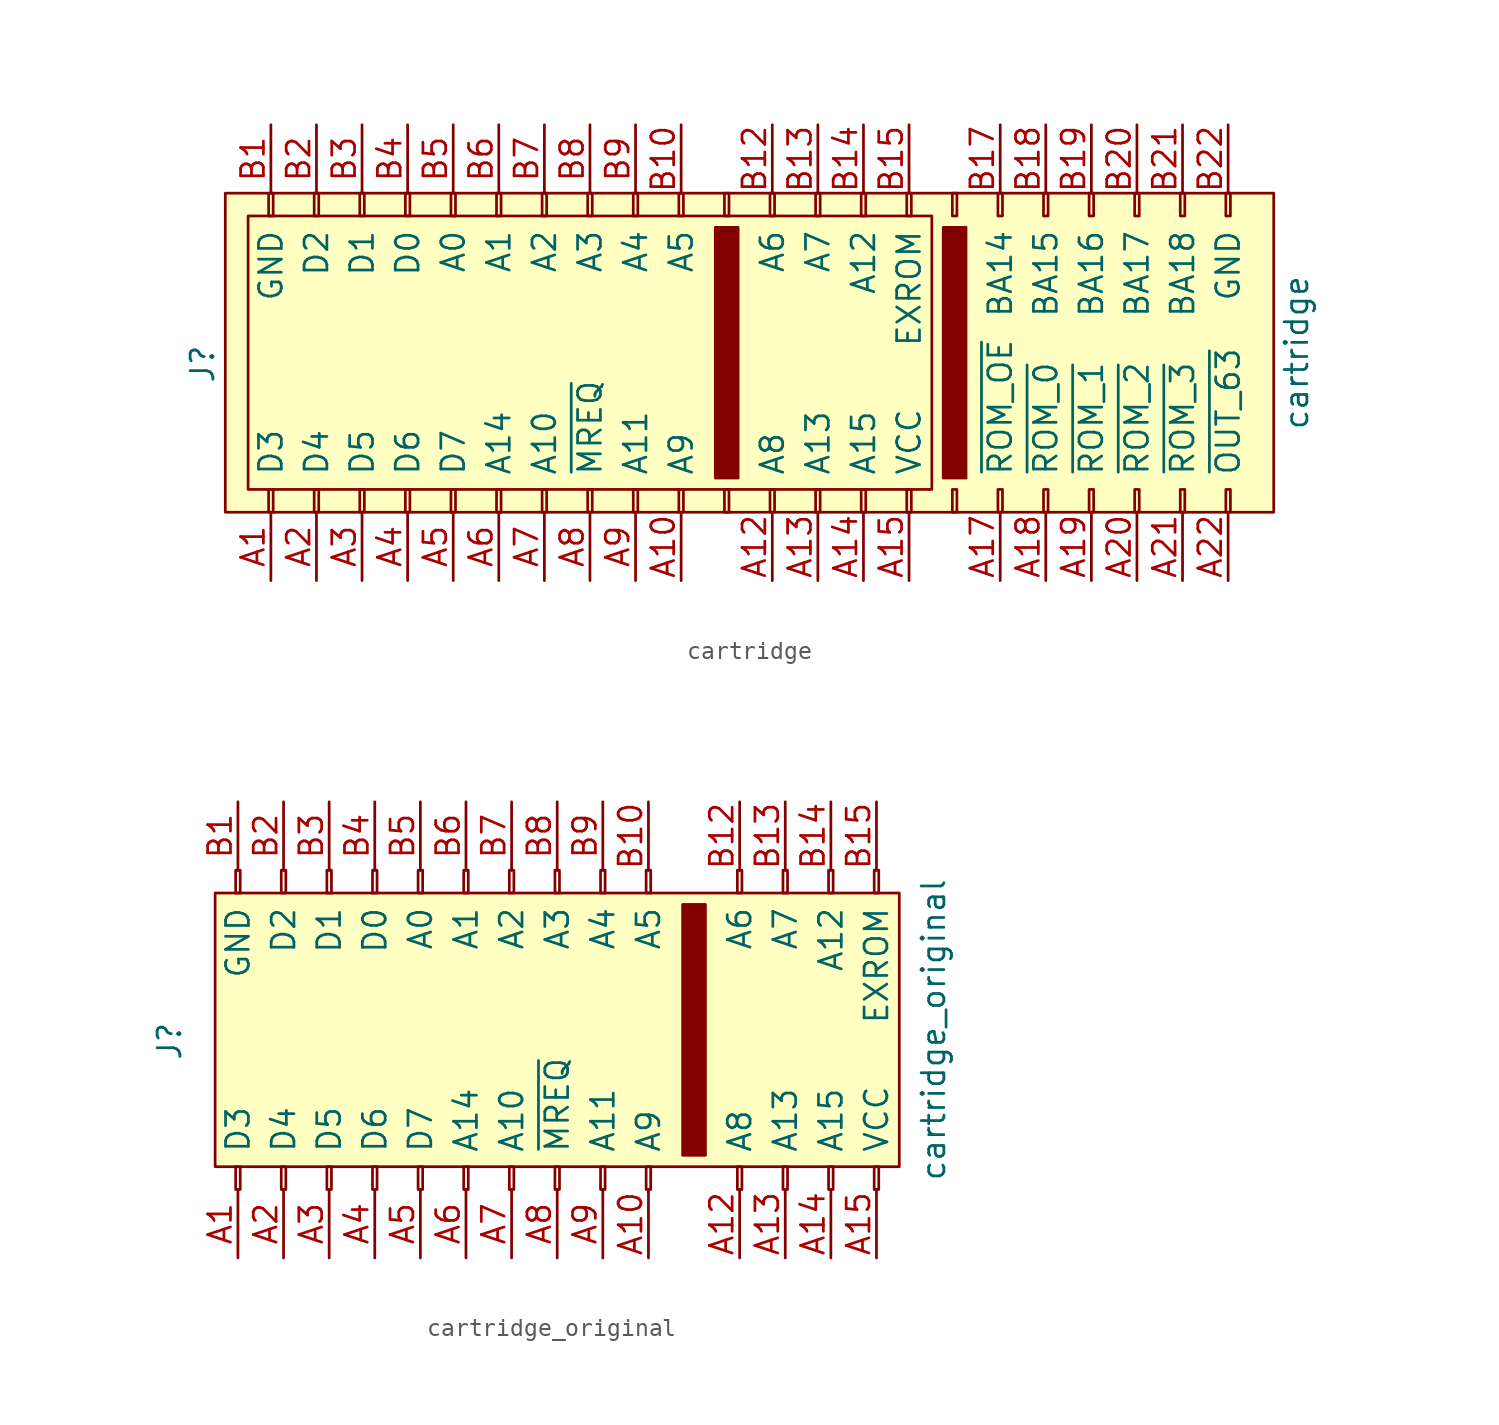
<source format=kicad_sym>
(kicad_symbol_lib
  (version 20220914)
  (generator kicad_symbol_editor)
  (symbol "cartridge"
    (pin_names
      (offset 2.007))
    (property "Reference" "J"
      (at -30.48 -0.635 90)
      (effects (font (size 1.27 1.27))))
    (property "Value" "cartridge"
      (at 30.48 0 90)
      (effects (font (size 1.27 1.27))))
    (symbol "cartridge_0_1"
      (rectangle (start -29.21 8.89) (end 29.21 -8.89) (stroke (width 0) (type default)) (fill (type background)))
      (rectangle (start -27.94 7.62) (end 10.16 -7.62) (stroke (width 0) (type default)) (fill (type none)))
      (rectangle (start -1.905 -6.985) (end -0.635 6.985) (stroke (width 0) (type default)) (fill (type outline)))
      (rectangle (start 10.795 6.985) (end 12.065 -6.985) (stroke (width 0) (type default)) (fill (type outline))))
    (symbol "cartridge_1_1"
      (rectangle (start -26.797 -8.89) (end -26.543 -7.62) (stroke (width 0.152) (type default)) (fill (type none)))
      (rectangle (start -26.797 8.89) (end -26.543 7.62) (stroke (width 0.152) (type default)) (fill (type none)))
      (rectangle (start -24.257 -8.89) (end -24.003 -7.62) (stroke (width 0.152) (type default)) (fill (type none)))
      (rectangle (start -24.257 8.89) (end -24.003 7.62) (stroke (width 0.152) (type default)) (fill (type none)))
      (rectangle (start -21.717 -8.89) (end -21.463 -7.62) (stroke (width 0.152) (type default)) (fill (type none)))
      (rectangle (start -21.717 8.89) (end -21.463 7.62) (stroke (width 0.152) (type default)) (fill (type none)))
      (rectangle (start -19.177 -8.89) (end -18.923 -7.62) (stroke (width 0.152) (type default)) (fill (type none)))
      (rectangle (start -19.177 8.89) (end -18.923 7.62) (stroke (width 0.152) (type default)) (fill (type none)))
      (rectangle (start -16.637 -8.89) (end -16.383 -7.62) (stroke (width 0.152) (type default)) (fill (type none)))
      (rectangle (start -16.637 8.89) (end -16.383 7.62) (stroke (width 0.152) (type default)) (fill (type none)))
      (rectangle (start -14.097 -8.89) (end -13.843 -7.62) (stroke (width 0.152) (type default)) (fill (type none)))
      (rectangle (start -14.097 8.89) (end -13.843 7.62) (stroke (width 0.152) (type default)) (fill (type none)))
      (rectangle (start -11.557 -8.89) (end -11.303 -7.62) (stroke (width 0.152) (type default)) (fill (type none)))
      (rectangle (start -11.557 8.89) (end -11.303 7.62) (stroke (width 0.152) (type default)) (fill (type none)))
      (rectangle (start -9.017 -8.89) (end -8.763 -7.62) (stroke (width 0.152) (type default)) (fill (type none)))
      (rectangle (start -9.017 8.89) (end -8.763 7.62) (stroke (width 0.152) (type default)) (fill (type none)))
      (rectangle (start -6.477 -8.89) (end -6.223 -7.62) (stroke (width 0.152) (type default)) (fill (type none)))
      (rectangle (start -6.477 8.89) (end -6.223 7.62) (stroke (width 0.152) (type default)) (fill (type none)))
      (rectangle (start -3.937 -8.89) (end -3.683 -7.62) (stroke (width 0.152) (type default)) (fill (type none)))
      (rectangle (start -3.937 8.89) (end -3.683 7.62) (stroke (width 0.152) (type default)) (fill (type none)))
      (rectangle (start -1.397 -8.89) (end -1.143 -7.62) (stroke (width 0.152) (type default)) (fill (type none)))
      (rectangle (start -1.397 8.89) (end -1.143 7.62) (stroke (width 0.152) (type default)) (fill (type none)))
      (rectangle (start 1.143 -8.89) (end 1.397 -7.62) (stroke (width 0.152) (type default)) (fill (type none)))
      (rectangle (start 1.143 8.89) (end 1.397 7.62) (stroke (width 0.152) (type default)) (fill (type none)))
      (rectangle (start 3.683 -8.89) (end 3.937 -7.62) (stroke (width 0.152) (type default)) (fill (type none)))
      (rectangle (start 3.683 8.89) (end 3.937 7.62) (stroke (width 0.152) (type default)) (fill (type none)))
      (rectangle (start 6.223 -8.89) (end 6.477 -7.62) (stroke (width 0.152) (type default)) (fill (type none)))
      (rectangle (start 6.223 8.89) (end 6.477 7.62) (stroke (width 0.152) (type default)) (fill (type none)))
      (rectangle (start 8.763 -8.89) (end 9.017 -7.62) (stroke (width 0.152) (type default)) (fill (type none)))
      (rectangle (start 8.763 8.89) (end 9.017 7.62) (stroke (width 0.152) (type default)) (fill (type none)))
      (rectangle (start 11.303 -8.89) (end 11.557 -7.62) (stroke (width 0.152) (type default)) (fill (type none)))
      (rectangle (start 11.303 8.89) (end 11.557 7.62) (stroke (width 0.152) (type default)) (fill (type none)))
      (rectangle (start 13.843 -8.89) (end 14.097 -7.62) (stroke (width 0.152) (type default)) (fill (type none)))
      (rectangle (start 13.843 8.89) (end 14.097 7.62) (stroke (width 0.152) (type default)) (fill (type none)))
      (rectangle (start 16.383 -8.89) (end 16.637 -7.62) (stroke (width 0.152) (type default)) (fill (type none)))
      (rectangle (start 16.383 8.89) (end 16.637 7.62) (stroke (width 0.152) (type default)) (fill (type none)))
      (rectangle (start 18.923 -8.89) (end 19.177 -7.62) (stroke (width 0.152) (type default)) (fill (type none)))
      (rectangle (start 18.923 8.89) (end 19.177 7.62) (stroke (width 0.152) (type default)) (fill (type none)))
      (rectangle (start 21.463 -8.89) (end 21.717 -7.62) (stroke (width 0.152) (type default)) (fill (type none)))
      (rectangle (start 21.463 8.89) (end 21.717 7.62) (stroke (width 0.152) (type default)) (fill (type none)))
      (rectangle (start 24.003 -8.89) (end 24.257 -7.62) (stroke (width 0.152) (type default)) (fill (type none)))
      (rectangle (start 24.003 8.89) (end 24.257 7.62) (stroke (width 0.152) (type default)) (fill (type none)))
      (rectangle (start 26.543 -8.89) (end 26.797 -7.62) (stroke (width 0.152) (type default)) (fill (type none)))
      (rectangle (start 26.543 8.89) (end 26.797 7.62) (stroke (width 0.152) (type default)) (fill (type none)))
      (pin bidirectional line (at -26.67 -12.7 90) (length 3.81) (name "D3" (effects (font (size 1.27 1.27)))) (number "A1" (effects (font (size 1.27 1.27)))))
      (pin output line (at -3.81 -12.7 90) (length 3.81) (name "A9" (effects (font (size 1.27 1.27)))) (number "A10" (effects (font (size 1.27 1.27)))))
      (pin output line (at 1.27 -12.7 90) (length 3.81) (name "A8" (effects (font (size 1.27 1.27)))) (number "A12" (effects (font (size 1.27 1.27)))))
      (pin output line (at 3.81 -12.7 90) (length 3.81) (name "A13" (effects (font (size 1.27 1.27)))) (number "A13" (effects (font (size 1.27 1.27)))))
      (pin output line (at 6.35 -12.7 90) (length 3.81) (name "A15" (effects (font (size 1.27 1.27)))) (number "A14" (effects (font (size 1.27 1.27)))))
      (pin power_out line (at 8.89 -12.7 90) (length 3.81) (name "VCC" (effects (font (size 1.27 1.27)))) (number "A15" (effects (font (size 1.27 1.27)))))
      (pin output line (at 13.97 -12.7 90) (length 3.81) (name "~{ROM_OE}" (effects (font (size 1.27 1.27)))) (number "A17" (effects (font (size 1.27 1.27)))))
      (pin output line (at 16.51 -12.7 90) (length 3.81) (name "~{ROM_0}" (effects (font (size 1.27 1.27)))) (number "A18" (effects (font (size 1.27 1.27)))))
      (pin output line (at 19.05 -12.7 90) (length 3.81) (name "~{ROM_1}" (effects (font (size 1.27 1.27)))) (number "A19" (effects (font (size 1.27 1.27)))))
      (pin bidirectional line (at -24.13 -12.7 90) (length 3.81) (name "D4" (effects (font (size 1.27 1.27)))) (number "A2" (effects (font (size 1.27 1.27)))))
      (pin output line (at 21.59 -12.7 90) (length 3.81) (name "~{ROM_2}" (effects (font (size 1.27 1.27)))) (number "A20" (effects (font (size 1.27 1.27)))))
      (pin output line (at 24.13 -12.7 90) (length 3.81) (name "~{ROM_3}" (effects (font (size 1.27 1.27)))) (number "A21" (effects (font (size 1.27 1.27)))))
      (pin output line (at 26.67 -12.7 90) (length 3.81) (name "~{OUT_63}" (effects (font (size 1.27 1.27)))) (number "A22" (effects (font (size 1.27 1.27)))))
      (pin bidirectional line (at -21.59 -12.7 90) (length 3.81) (name "D5" (effects (font (size 1.27 1.27)))) (number "A3" (effects (font (size 1.27 1.27)))))
      (pin bidirectional line (at -19.05 -12.7 90) (length 3.81) (name "D6" (effects (font (size 1.27 1.27)))) (number "A4" (effects (font (size 1.27 1.27)))))
      (pin bidirectional line (at -16.51 -12.7 90) (length 3.81) (name "D7" (effects (font (size 1.27 1.27)))) (number "A5" (effects (font (size 1.27 1.27)))))
      (pin output line (at -13.97 -12.7 90) (length 3.81) (name "A14" (effects (font (size 1.27 1.27)))) (number "A6" (effects (font (size 1.27 1.27)))))
      (pin output line (at -11.43 -12.7 90) (length 3.81) (name "A10" (effects (font (size 1.27 1.27)))) (number "A7" (effects (font (size 1.27 1.27)))))
      (pin output line (at -8.89 -12.7 90) (length 3.81) (name "~{MREQ}" (effects (font (size 1.27 1.27)))) (number "A8" (effects (font (size 1.27 1.27)))))
      (pin output line (at -6.35 -12.7 90) (length 3.81) (name "A11" (effects (font (size 1.27 1.27)))) (number "A9" (effects (font (size 1.27 1.27)))))
      (pin power_out line (at -26.67 12.7 270) (length 3.81) (name "GND" (effects (font (size 1.27 1.27)))) (number "B1" (effects (font (size 1.27 1.27)))))
      (pin output line (at -3.81 12.7 270) (length 3.81) (name "A5" (effects (font (size 1.27 1.27)))) (number "B10" (effects (font (size 1.27 1.27)))))
      (pin output line (at 1.27 12.7 270) (length 3.81) (name "A6" (effects (font (size 1.27 1.27)))) (number "B12" (effects (font (size 1.27 1.27)))))
      (pin output line (at 3.81 12.7 270) (length 3.81) (name "A7" (effects (font (size 1.27 1.27)))) (number "B13" (effects (font (size 1.27 1.27)))))
      (pin output line (at 6.35 12.7 270) (length 3.81) (name "A12" (effects (font (size 1.27 1.27)))) (number "B14" (effects (font (size 1.27 1.27)))))
      (pin input line (at 8.89 12.7 270) (length 3.81) (name "EXROM" (effects (font (size 1.27 1.27)))) (number "B15" (effects (font (size 1.27 1.27)))))
      (pin output line (at 13.97 12.7 270) (length 3.81) (name "BA14" (effects (font (size 1.27 1.27)))) (number "B17" (effects (font (size 1.27 1.27)))))
      (pin output line (at 16.51 12.7 270) (length 3.81) (name "BA15" (effects (font (size 1.27 1.27)))) (number "B18" (effects (font (size 1.27 1.27)))))
      (pin output line (at 19.05 12.7 270) (length 3.81) (name "BA16" (effects (font (size 1.27 1.27)))) (number "B19" (effects (font (size 1.27 1.27)))))
      (pin bidirectional line (at -24.13 12.7 270) (length 3.81) (name "D2" (effects (font (size 1.27 1.27)))) (number "B2" (effects (font (size 1.27 1.27)))))
      (pin output line (at 21.59 12.7 270) (length 3.81) (name "BA17" (effects (font (size 1.27 1.27)))) (number "B20" (effects (font (size 1.27 1.27)))))
      (pin output line (at 24.13 12.7 270) (length 3.81) (name "BA18" (effects (font (size 1.27 1.27)))) (number "B21" (effects (font (size 1.27 1.27)))))
      (pin passive line (at 26.67 12.7 270) (length 3.81) (name "GND" (effects (font (size 1.27 1.27)))) (number "B22" (effects (font (size 1.27 1.27)))))
      (pin bidirectional line (at -21.59 12.7 270) (length 3.81) (name "D1" (effects (font (size 1.27 1.27)))) (number "B3" (effects (font (size 1.27 1.27)))))
      (pin bidirectional line (at -19.05 12.7 270) (length 3.81) (name "D0" (effects (font (size 1.27 1.27)))) (number "B4" (effects (font (size 1.27 1.27)))))
      (pin output line (at -16.51 12.7 270) (length 3.81) (name "A0" (effects (font (size 1.27 1.27)))) (number "B5" (effects (font (size 1.27 1.27)))))
      (pin output line (at -13.97 12.7 270) (length 3.81) (name "A1" (effects (font (size 1.27 1.27)))) (number "B6" (effects (font (size 1.27 1.27)))))
      (pin output line (at -11.43 12.7 270) (length 3.81) (name "A2" (effects (font (size 1.27 1.27)))) (number "B7" (effects (font (size 1.27 1.27)))))
      (pin output line (at -8.89 12.7 270) (length 3.81) (name "A3" (effects (font (size 1.27 1.27)))) (number "B8" (effects (font (size 1.27 1.27)))))
      (pin output line (at -6.35 12.7 270) (length 3.81) (name "A4" (effects (font (size 1.27 1.27)))) (number "B9" (effects (font (size 1.27 1.27)))))))
  (symbol "cartridge_original"
    (pin_names
      (offset 2.007))
    (property "Reference" "J"
      (at -30.48 -0.635 90)
      (effects (font (size 1.27 1.27))))
    (property "Value" "cartridge_original"
      (at 12.065 0 90)
      (effects (font (size 1.27 1.27))))
    (symbol "cartridge_original_0_1"
      (rectangle (start -27.94 7.62) (end 10.16 -7.62) (stroke (width 0) (type default)) (fill (type background)))
      (rectangle (start -1.905 -6.985) (end -0.635 6.985) (stroke (width 0) (type default)) (fill (type outline))))
    (symbol "cartridge_original_1_1"
      (rectangle (start -26.797 -8.89) (end -26.543 -7.62) (stroke (width 0.152) (type default)) (fill (type none)))
      (rectangle (start -26.797 8.89) (end -26.543 7.62) (stroke (width 0.152) (type default)) (fill (type none)))
      (rectangle (start -24.257 -8.89) (end -24.003 -7.62) (stroke (width 0.152) (type default)) (fill (type none)))
      (rectangle (start -24.257 8.89) (end -24.003 7.62) (stroke (width 0.152) (type default)) (fill (type none)))
      (rectangle (start -21.717 -8.89) (end -21.463 -7.62) (stroke (width 0.152) (type default)) (fill (type none)))
      (rectangle (start -21.717 8.89) (end -21.463 7.62) (stroke (width 0.152) (type default)) (fill (type none)))
      (rectangle (start -19.177 -8.89) (end -18.923 -7.62) (stroke (width 0.152) (type default)) (fill (type none)))
      (rectangle (start -19.177 8.89) (end -18.923 7.62) (stroke (width 0.152) (type default)) (fill (type none)))
      (rectangle (start -16.637 -8.89) (end -16.383 -7.62) (stroke (width 0.152) (type default)) (fill (type none)))
      (rectangle (start -16.637 8.89) (end -16.383 7.62) (stroke (width 0.152) (type default)) (fill (type none)))
      (rectangle (start -14.097 -8.89) (end -13.843 -7.62) (stroke (width 0.152) (type default)) (fill (type none)))
      (rectangle (start -14.097 8.89) (end -13.843 7.62) (stroke (width 0.152) (type default)) (fill (type none)))
      (rectangle (start -11.557 -8.89) (end -11.303 -7.62) (stroke (width 0.152) (type default)) (fill (type none)))
      (rectangle (start -11.557 8.89) (end -11.303 7.62) (stroke (width 0.152) (type default)) (fill (type none)))
      (rectangle (start -9.017 -8.89) (end -8.763 -7.62) (stroke (width 0.152) (type default)) (fill (type none)))
      (rectangle (start -9.017 8.89) (end -8.763 7.62) (stroke (width 0.152) (type default)) (fill (type none)))
      (rectangle (start -6.477 -8.89) (end -6.223 -7.62) (stroke (width 0.152) (type default)) (fill (type none)))
      (rectangle (start -6.477 8.89) (end -6.223 7.62) (stroke (width 0.152) (type default)) (fill (type none)))
      (rectangle (start -3.937 -8.89) (end -3.683 -7.62) (stroke (width 0.152) (type default)) (fill (type none)))
      (rectangle (start -3.937 8.89) (end -3.683 7.62) (stroke (width 0.152) (type default)) (fill (type none)))
      (rectangle (start 1.143 -8.89) (end 1.397 -7.62) (stroke (width 0.152) (type default)) (fill (type none)))
      (rectangle (start 1.143 8.89) (end 1.397 7.62) (stroke (width 0.152) (type default)) (fill (type none)))
      (rectangle (start 3.683 -8.89) (end 3.937 -7.62) (stroke (width 0.152) (type default)) (fill (type none)))
      (rectangle (start 3.683 8.89) (end 3.937 7.62) (stroke (width 0.152) (type default)) (fill (type none)))
      (rectangle (start 6.223 -8.89) (end 6.477 -7.62) (stroke (width 0.152) (type default)) (fill (type none)))
      (rectangle (start 6.223 8.89) (end 6.477 7.62) (stroke (width 0.152) (type default)) (fill (type none)))
      (rectangle (start 8.763 -8.89) (end 9.017 -7.62) (stroke (width 0.152) (type default)) (fill (type none)))
      (rectangle (start 8.763 8.89) (end 9.017 7.62) (stroke (width 0.152) (type default)) (fill (type none)))
      (pin bidirectional line (at -26.67 -12.7 90) (length 3.81) (name "D3" (effects (font (size 1.27 1.27)))) (number "A1" (effects (font (size 1.27 1.27)))))
      (pin output line (at -3.81 -12.7 90) (length 3.81) (name "A9" (effects (font (size 1.27 1.27)))) (number "A10" (effects (font (size 1.27 1.27)))))
      (pin output line (at 1.27 -12.7 90) (length 3.81) (name "A8" (effects (font (size 1.27 1.27)))) (number "A12" (effects (font (size 1.27 1.27)))))
      (pin output line (at 3.81 -12.7 90) (length 3.81) (name "A13" (effects (font (size 1.27 1.27)))) (number "A13" (effects (font (size 1.27 1.27)))))
      (pin output line (at 6.35 -12.7 90) (length 3.81) (name "A15" (effects (font (size 1.27 1.27)))) (number "A14" (effects (font (size 1.27 1.27)))))
      (pin power_out line (at 8.89 -12.7 90) (length 3.81) (name "VCC" (effects (font (size 1.27 1.27)))) (number "A15" (effects (font (size 1.27 1.27)))))
      (pin bidirectional line (at -24.13 -12.7 90) (length 3.81) (name "D4" (effects (font (size 1.27 1.27)))) (number "A2" (effects (font (size 1.27 1.27)))))
      (pin bidirectional line (at -21.59 -12.7 90) (length 3.81) (name "D5" (effects (font (size 1.27 1.27)))) (number "A3" (effects (font (size 1.27 1.27)))))
      (pin bidirectional line (at -19.05 -12.7 90) (length 3.81) (name "D6" (effects (font (size 1.27 1.27)))) (number "A4" (effects (font (size 1.27 1.27)))))
      (pin bidirectional line (at -16.51 -12.7 90) (length 3.81) (name "D7" (effects (font (size 1.27 1.27)))) (number "A5" (effects (font (size 1.27 1.27)))))
      (pin output line (at -13.97 -12.7 90) (length 3.81) (name "A14" (effects (font (size 1.27 1.27)))) (number "A6" (effects (font (size 1.27 1.27)))))
      (pin output line (at -11.43 -12.7 90) (length 3.81) (name "A10" (effects (font (size 1.27 1.27)))) (number "A7" (effects (font (size 1.27 1.27)))))
      (pin output line (at -8.89 -12.7 90) (length 3.81) (name "~{MREQ}" (effects (font (size 1.27 1.27)))) (number "A8" (effects (font (size 1.27 1.27)))))
      (pin output line (at -6.35 -12.7 90) (length 3.81) (name "A11" (effects (font (size 1.27 1.27)))) (number "A9" (effects (font (size 1.27 1.27)))))
      (pin power_out line (at -26.67 12.7 270) (length 3.81) (name "GND" (effects (font (size 1.27 1.27)))) (number "B1" (effects (font (size 1.27 1.27)))))
      (pin output line (at -3.81 12.7 270) (length 3.81) (name "A5" (effects (font (size 1.27 1.27)))) (number "B10" (effects (font (size 1.27 1.27)))))
      (pin output line (at 1.27 12.7 270) (length 3.81) (name "A6" (effects (font (size 1.27 1.27)))) (number "B12" (effects (font (size 1.27 1.27)))))
      (pin output line (at 3.81 12.7 270) (length 3.81) (name "A7" (effects (font (size 1.27 1.27)))) (number "B13" (effects (font (size 1.27 1.27)))))
      (pin output line (at 6.35 12.7 270) (length 3.81) (name "A12" (effects (font (size 1.27 1.27)))) (number "B14" (effects (font (size 1.27 1.27)))))
      (pin input line (at 8.89 12.7 270) (length 3.81) (name "EXROM" (effects (font (size 1.27 1.27)))) (number "B15" (effects (font (size 1.27 1.27)))))
      (pin bidirectional line (at -24.13 12.7 270) (length 3.81) (name "D2" (effects (font (size 1.27 1.27)))) (number "B2" (effects (font (size 1.27 1.27)))))
      (pin bidirectional line (at -21.59 12.7 270) (length 3.81) (name "D1" (effects (font (size 1.27 1.27)))) (number "B3" (effects (font (size 1.27 1.27)))))
      (pin bidirectional line (at -19.05 12.7 270) (length 3.81) (name "D0" (effects (font (size 1.27 1.27)))) (number "B4" (effects (font (size 1.27 1.27)))))
      (pin output line (at -16.51 12.7 270) (length 3.81) (name "A0" (effects (font (size 1.27 1.27)))) (number "B5" (effects (font (size 1.27 1.27)))))
      (pin output line (at -13.97 12.7 270) (length 3.81) (name "A1" (effects (font (size 1.27 1.27)))) (number "B6" (effects (font (size 1.27 1.27)))))
      (pin output line (at -11.43 12.7 270) (length 3.81) (name "A2" (effects (font (size 1.27 1.27)))) (number "B7" (effects (font (size 1.27 1.27)))))
      (pin output line (at -8.89 12.7 270) (length 3.81) (name "A3" (effects (font (size 1.27 1.27)))) (number "B8" (effects (font (size 1.27 1.27)))))
      (pin output line (at -6.35 12.7 270) (length 3.81) (name "A4" (effects (font (size 1.27 1.27)))) (number "B9" (effects (font (size 1.27 1.27))))))))
</source>
